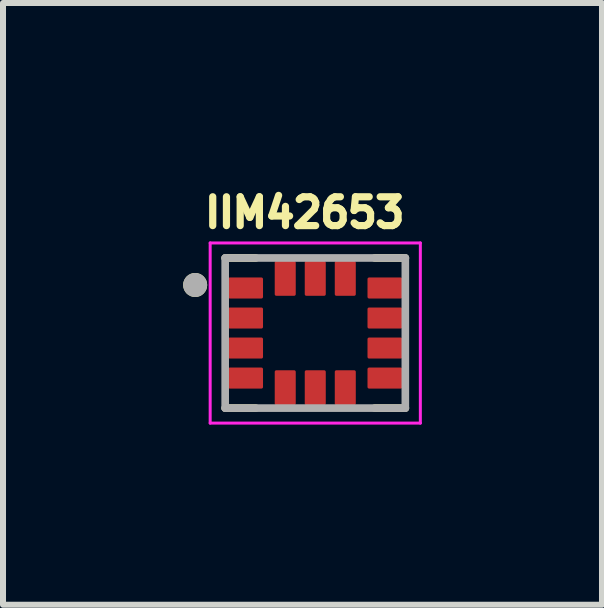
<source format=kicad_pcb>
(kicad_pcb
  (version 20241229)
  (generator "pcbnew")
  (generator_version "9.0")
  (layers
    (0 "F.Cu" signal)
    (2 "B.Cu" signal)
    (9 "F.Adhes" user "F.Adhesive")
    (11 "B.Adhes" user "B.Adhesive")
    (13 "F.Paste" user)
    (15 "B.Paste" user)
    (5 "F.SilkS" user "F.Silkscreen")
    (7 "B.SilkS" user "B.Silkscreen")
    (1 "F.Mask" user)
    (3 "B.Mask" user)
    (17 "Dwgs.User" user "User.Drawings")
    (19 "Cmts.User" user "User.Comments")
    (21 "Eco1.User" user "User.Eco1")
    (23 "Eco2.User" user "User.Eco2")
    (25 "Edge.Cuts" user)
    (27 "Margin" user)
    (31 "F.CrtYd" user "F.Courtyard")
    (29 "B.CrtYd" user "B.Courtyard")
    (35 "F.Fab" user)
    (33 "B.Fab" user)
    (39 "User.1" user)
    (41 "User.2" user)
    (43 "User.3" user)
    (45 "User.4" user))
  (footprint "IIM42653"
    (layer "F.Cu")
    (at 2.2 2.496)
    (property "Reference" "IIM42653" (at -0.176 -2.005 0) (layer "F.SilkS") (effects (font (size 0.48 0.48) (thickness 0.15))))
    (attr smd)
    (fp_poly (pts (xy -1.425 -0.975) (xy -0.895 -0.975) (xy -0.891 -0.975) (xy -0.887 -0.975) (xy -0.883 -0.974) (xy -0.879 -0.973) (xy -0.876 -0.972) (xy -0.872 -0.971) (xy -0.868 -0.97) (xy -0.864 -0.969) (xy -0.861 -0.967) (xy -0.857 -0.965) (xy -0.854 -0.963) (xy -0.851 -0.961) (xy -0.848 -0.958) (xy -0.845 -0.956) (xy -0.842 -0.953) (xy -0.839 -0.95) (xy -0.837 -0.947) (xy -0.834 -0.944) (xy -0.832 -0.941) (xy -0.83 -0.937) (xy -0.828 -0.934) (xy -0.826 -0.931) (xy -0.825 -0.927) (xy -0.824 -0.923) (xy -0.823 -0.919) (xy -0.822 -0.916) (xy -0.821 -0.912) (xy -0.82 -0.908) (xy -0.82 -0.904) (xy -0.82 -0.9) (xy -0.82 -0.6) (xy -0.82 -0.596) (xy -0.82 -0.592) (xy -0.821 -0.588) (xy -0.822 -0.584) (xy -0.823 -0.581) (xy -0.824 -0.577) (xy -0.825 -0.573) (xy -0.826 -0.569) (xy -0.828 -0.566) (xy -0.83 -0.563) (xy -0.832 -0.559) (xy -0.834 -0.556) (xy -0.837 -0.553) (xy -0.839 -0.55) (xy -0.842 -0.547) (xy -0.845 -0.544) (xy -0.848 -0.542) (xy -0.851 -0.539) (xy -0.854 -0.537) (xy -0.857 -0.535) (xy -0.861 -0.533) (xy -0.864 -0.531) (xy -0.868 -0.53) (xy -0.872 -0.529) (xy -0.876 -0.528) (xy -0.879 -0.527) (xy -0.883 -0.526) (xy -0.887 -0.525) (xy -0.891 -0.525) (xy -0.895 -0.525) (xy -1.425 -0.525) (xy -1.429 -0.525) (xy -1.433 -0.525) (xy -1.437 -0.526) (xy -1.441 -0.527) (xy -1.444 -0.528) (xy -1.448 -0.529) (xy -1.452 -0.53) (xy -1.456 -0.531) (xy -1.459 -0.533) (xy -1.462 -0.535) (xy -1.466 -0.537) (xy -1.469 -0.539) (xy -1.472 -0.542) (xy -1.475 -0.544) (xy -1.478 -0.547) (xy -1.481 -0.55) (xy -1.483 -0.553) (xy -1.486 -0.556) (xy -1.488 -0.559) (xy -1.49 -0.563) (xy -1.492 -0.566) (xy -1.494 -0.569) (xy -1.495 -0.573) (xy -1.496 -0.577) (xy -1.497 -0.581) (xy -1.498 -0.584) (xy -1.499 -0.588) (xy -1.5 -0.592) (xy -1.5 -0.596) (xy -1.5 -0.6) (xy -1.5 -0.9) (xy -1.5 -0.904) (xy -1.5 -0.908) (xy -1.499 -0.912) (xy -1.498 -0.916) (xy -1.497 -0.919) (xy -1.496 -0.923) (xy -1.495 -0.927) (xy -1.494 -0.931) (xy -1.492 -0.934) (xy -1.49 -0.938) (xy -1.488 -0.941) (xy -1.486 -0.944) (xy -1.483 -0.947) (xy -1.481 -0.95) (xy -1.478 -0.953) (xy -1.475 -0.956) (xy -1.472 -0.958) (xy -1.469 -0.961) (xy -1.466 -0.963) (xy -1.462 -0.965) (xy -1.459 -0.967) (xy -1.456 -0.969) (xy -1.452 -0.97) (xy -1.448 -0.971) (xy -1.444 -0.972) (xy -1.441 -0.973) (xy -1.437 -0.974) (xy -1.433 -0.975) (xy -1.429 -0.975) (xy -1.425 -0.975)) (stroke (width 0.01) (type solid)) (fill yes) (layer "F.Mask"))
    (fp_poly (pts (xy -1.425 -0.475) (xy -0.895 -0.475) (xy -0.891 -0.475) (xy -0.887 -0.475) (xy -0.883 -0.474) (xy -0.879 -0.473) (xy -0.876 -0.472) (xy -0.872 -0.471) (xy -0.868 -0.47) (xy -0.864 -0.469) (xy -0.861 -0.467) (xy -0.857 -0.465) (xy -0.854 -0.463) (xy -0.851 -0.461) (xy -0.848 -0.458) (xy -0.845 -0.456) (xy -0.842 -0.453) (xy -0.839 -0.45) (xy -0.837 -0.447) (xy -0.834 -0.444) (xy -0.832 -0.441) (xy -0.83 -0.437) (xy -0.828 -0.434) (xy -0.826 -0.431) (xy -0.825 -0.427) (xy -0.824 -0.423) (xy -0.823 -0.419) (xy -0.822 -0.416) (xy -0.821 -0.412) (xy -0.82 -0.408) (xy -0.82 -0.404) (xy -0.82 -0.4) (xy -0.82 -0.1) (xy -0.82 -0.096) (xy -0.82 -0.092) (xy -0.821 -0.088) (xy -0.822 -0.084) (xy -0.823 -0.081) (xy -0.824 -0.077) (xy -0.825 -0.073) (xy -0.826 -0.069) (xy -0.828 -0.066) (xy -0.83 -0.063) (xy -0.832 -0.059) (xy -0.834 -0.056) (xy -0.837 -0.053) (xy -0.839 -0.05) (xy -0.842 -0.047) (xy -0.845 -0.044) (xy -0.848 -0.042) (xy -0.851 -0.039) (xy -0.854 -0.037) (xy -0.857 -0.035) (xy -0.861 -0.033) (xy -0.864 -0.031) (xy -0.868 -0.03) (xy -0.872 -0.029) (xy -0.876 -0.028) (xy -0.879 -0.027) (xy -0.883 -0.026) (xy -0.887 -0.025) (xy -0.891 -0.025) (xy -0.895 -0.025) (xy -1.425 -0.025) (xy -1.429 -0.025) (xy -1.433 -0.025) (xy -1.437 -0.026) (xy -1.441 -0.027) (xy -1.444 -0.028) (xy -1.448 -0.029) (xy -1.452 -0.03) (xy -1.456 -0.031) (xy -1.459 -0.033) (xy -1.462 -0.035) (xy -1.466 -0.037) (xy -1.469 -0.039) (xy -1.472 -0.042) (xy -1.475 -0.044) (xy -1.478 -0.047) (xy -1.481 -0.05) (xy -1.483 -0.053) (xy -1.486 -0.056) (xy -1.488 -0.059) (xy -1.49 -0.062) (xy -1.492 -0.066) (xy -1.494 -0.069) (xy -1.495 -0.073) (xy -1.496 -0.077) (xy -1.497 -0.081) (xy -1.498 -0.084) (xy -1.499 -0.088) (xy -1.5 -0.092) (xy -1.5 -0.096) (xy -1.5 -0.1) (xy -1.5 -0.4) (xy -1.5 -0.404) (xy -1.5 -0.408) (xy -1.499 -0.412) (xy -1.498 -0.416) (xy -1.497 -0.419) (xy -1.496 -0.423) (xy -1.495 -0.427) (xy -1.494 -0.431) (xy -1.492 -0.434) (xy -1.49 -0.438) (xy -1.488 -0.441) (xy -1.486 -0.444) (xy -1.483 -0.447) (xy -1.481 -0.45) (xy -1.478 -0.453) (xy -1.475 -0.456) (xy -1.472 -0.458) (xy -1.469 -0.461) (xy -1.466 -0.463) (xy -1.462 -0.465) (xy -1.459 -0.467) (xy -1.456 -0.469) (xy -1.452 -0.47) (xy -1.448 -0.471) (xy -1.444 -0.472) (xy -1.441 -0.473) (xy -1.437 -0.474) (xy -1.433 -0.475) (xy -1.429 -0.475) (xy -1.425 -0.475)) (stroke (width 0.01) (type solid)) (fill yes) (layer "F.Mask"))
    (fp_poly (pts (xy -1.425 0.025) (xy -0.895 0.025) (xy -0.891 0.025) (xy -0.887 0.025) (xy -0.883 0.026) (xy -0.879 0.027) (xy -0.876 0.028) (xy -0.872 0.029) (xy -0.868 0.03) (xy -0.864 0.031) (xy -0.861 0.033) (xy -0.857 0.035) (xy -0.854 0.037) (xy -0.851 0.039) (xy -0.848 0.042) (xy -0.845 0.044) (xy -0.842 0.047) (xy -0.839 0.05) (xy -0.837 0.053) (xy -0.834 0.056) (xy -0.832 0.059) (xy -0.83 0.063) (xy -0.828 0.066) (xy -0.826 0.069) (xy -0.825 0.073) (xy -0.824 0.077) (xy -0.823 0.081) (xy -0.822 0.084) (xy -0.821 0.088) (xy -0.82 0.092) (xy -0.82 0.096) (xy -0.82 0.1) (xy -0.82 0.4) (xy -0.82 0.404) (xy -0.82 0.408) (xy -0.821 0.412) (xy -0.822 0.416) (xy -0.823 0.419) (xy -0.824 0.423) (xy -0.825 0.427) (xy -0.826 0.431) (xy -0.828 0.434) (xy -0.83 0.437) (xy -0.832 0.441) (xy -0.834 0.444) (xy -0.837 0.447) (xy -0.839 0.45) (xy -0.842 0.453) (xy -0.845 0.456) (xy -0.848 0.458) (xy -0.851 0.461) (xy -0.854 0.463) (xy -0.857 0.465) (xy -0.861 0.467) (xy -0.864 0.469) (xy -0.868 0.47) (xy -0.872 0.471) (xy -0.876 0.472) (xy -0.879 0.473) (xy -0.883 0.474) (xy -0.887 0.475) (xy -0.891 0.475) (xy -0.895 0.475) (xy -1.425 0.475) (xy -1.429 0.475) (xy -1.433 0.475) (xy -1.437 0.474) (xy -1.441 0.473) (xy -1.444 0.472) (xy -1.448 0.471) (xy -1.452 0.47) (xy -1.456 0.469) (xy -1.459 0.467) (xy -1.462 0.465) (xy -1.466 0.463) (xy -1.469 0.461) (xy -1.472 0.458) (xy -1.475 0.456) (xy -1.478 0.453) (xy -1.481 0.45) (xy -1.483 0.447) (xy -1.486 0.444) (xy -1.488 0.441) (xy -1.49 0.438) (xy -1.492 0.434) (xy -1.494 0.431) (xy -1.495 0.427) (xy -1.496 0.423) (xy -1.497 0.419) (xy -1.498 0.416) (xy -1.499 0.412) (xy -1.5 0.408) (xy -1.5 0.404) (xy -1.5 0.4) (xy -1.5 0.1) (xy -1.5 0.096) (xy -1.5 0.092) (xy -1.499 0.088) (xy -1.498 0.084) (xy -1.497 0.081) (xy -1.496 0.077) (xy -1.495 0.073) (xy -1.494 0.069) (xy -1.492 0.066) (xy -1.49 0.062) (xy -1.488 0.059) (xy -1.486 0.056) (xy -1.483 0.053) (xy -1.481 0.05) (xy -1.478 0.047) (xy -1.475 0.044) (xy -1.472 0.042) (xy -1.469 0.039) (xy -1.466 0.037) (xy -1.462 0.035) (xy -1.459 0.033) (xy -1.456 0.031) (xy -1.452 0.03) (xy -1.448 0.029) (xy -1.444 0.028) (xy -1.441 0.027) (xy -1.437 0.026) (xy -1.433 0.025) (xy -1.429 0.025) (xy -1.425 0.025)) (stroke (width 0.01) (type solid)) (fill yes) (layer "F.Mask"))
    (fp_poly (pts (xy -1.425 0.525) (xy -0.895 0.525) (xy -0.891 0.525) (xy -0.887 0.525) (xy -0.883 0.526) (xy -0.879 0.527) (xy -0.876 0.528) (xy -0.872 0.529) (xy -0.868 0.53) (xy -0.864 0.531) (xy -0.861 0.533) (xy -0.857 0.535) (xy -0.854 0.537) (xy -0.851 0.539) (xy -0.848 0.542) (xy -0.845 0.544) (xy -0.842 0.547) (xy -0.839 0.55) (xy -0.837 0.553) (xy -0.834 0.556) (xy -0.832 0.559) (xy -0.83 0.563) (xy -0.828 0.566) (xy -0.826 0.569) (xy -0.825 0.573) (xy -0.824 0.577) (xy -0.823 0.581) (xy -0.822 0.584) (xy -0.821 0.588) (xy -0.82 0.592) (xy -0.82 0.596) (xy -0.82 0.6) (xy -0.82 0.9) (xy -0.82 0.904) (xy -0.82 0.908) (xy -0.821 0.912) (xy -0.822 0.916) (xy -0.823 0.919) (xy -0.824 0.923) (xy -0.825 0.927) (xy -0.826 0.931) (xy -0.828 0.934) (xy -0.83 0.937) (xy -0.832 0.941) (xy -0.834 0.944) (xy -0.837 0.947) (xy -0.839 0.95) (xy -0.842 0.953) (xy -0.845 0.956) (xy -0.848 0.958) (xy -0.851 0.961) (xy -0.854 0.963) (xy -0.857 0.965) (xy -0.861 0.967) (xy -0.864 0.969) (xy -0.868 0.97) (xy -0.872 0.971) (xy -0.876 0.972) (xy -0.879 0.973) (xy -0.883 0.974) (xy -0.887 0.975) (xy -0.891 0.975) (xy -0.895 0.975) (xy -1.425 0.975) (xy -1.429 0.975) (xy -1.433 0.975) (xy -1.437 0.974) (xy -1.441 0.973) (xy -1.444 0.972) (xy -1.448 0.971) (xy -1.452 0.97) (xy -1.456 0.969) (xy -1.459 0.967) (xy -1.462 0.965) (xy -1.466 0.963) (xy -1.469 0.961) (xy -1.472 0.958) (xy -1.475 0.956) (xy -1.478 0.953) (xy -1.481 0.95) (xy -1.483 0.947) (xy -1.486 0.944) (xy -1.488 0.941) (xy -1.49 0.938) (xy -1.492 0.934) (xy -1.494 0.931) (xy -1.495 0.927) (xy -1.496 0.923) (xy -1.497 0.919) (xy -1.498 0.916) (xy -1.499 0.912) (xy -1.5 0.908) (xy -1.5 0.904) (xy -1.5 0.9) (xy -1.5 0.6) (xy -1.5 0.596) (xy -1.5 0.592) (xy -1.499 0.588) (xy -1.498 0.584) (xy -1.497 0.581) (xy -1.496 0.577) (xy -1.495 0.573) (xy -1.494 0.569) (xy -1.492 0.566) (xy -1.49 0.563) (xy -1.488 0.559) (xy -1.486 0.556) (xy -1.483 0.553) (xy -1.481 0.55) (xy -1.478 0.547) (xy -1.475 0.544) (xy -1.472 0.542) (xy -1.469 0.539) (xy -1.466 0.537) (xy -1.462 0.535) (xy -1.459 0.533) (xy -1.456 0.531) (xy -1.452 0.53) (xy -1.448 0.529) (xy -1.444 0.528) (xy -1.441 0.527) (xy -1.437 0.526) (xy -1.433 0.525) (xy -1.429 0.525) (xy -1.425 0.525)) (stroke (width 0.01) (type solid)) (fill yes) (layer "F.Mask"))
    (fp_poly (pts (xy -0.725 -0.645) (xy -0.725 -1.175) (xy -0.725 -1.179) (xy -0.725 -1.183) (xy -0.724 -1.187) (xy -0.723 -1.191) (xy -0.722 -1.194) (xy -0.721 -1.198) (xy -0.72 -1.202) (xy -0.719 -1.206) (xy -0.717 -1.209) (xy -0.715 -1.212) (xy -0.713 -1.216) (xy -0.711 -1.219) (xy -0.708 -1.222) (xy -0.706 -1.225) (xy -0.703 -1.228) (xy -0.7 -1.231) (xy -0.697 -1.233) (xy -0.694 -1.236) (xy -0.691 -1.238) (xy -0.688 -1.24) (xy -0.684 -1.242) (xy -0.681 -1.244) (xy -0.677 -1.245) (xy -0.673 -1.246) (xy -0.669 -1.247) (xy -0.666 -1.248) (xy -0.662 -1.249) (xy -0.658 -1.25) (xy -0.654 -1.25) (xy -0.65 -1.25) (xy -0.35 -1.25) (xy -0.346 -1.25) (xy -0.342 -1.25) (xy -0.338 -1.249) (xy -0.334 -1.248) (xy -0.331 -1.247) (xy -0.327 -1.246) (xy -0.323 -1.245) (xy -0.319 -1.244) (xy -0.316 -1.242) (xy -0.313 -1.24) (xy -0.309 -1.238) (xy -0.306 -1.236) (xy -0.303 -1.233) (xy -0.3 -1.231) (xy -0.297 -1.228) (xy -0.294 -1.225) (xy -0.292 -1.222) (xy -0.289 -1.219) (xy -0.287 -1.216) (xy -0.285 -1.212) (xy -0.283 -1.209) (xy -0.281 -1.206) (xy -0.28 -1.202) (xy -0.279 -1.198) (xy -0.278 -1.194) (xy -0.277 -1.191) (xy -0.276 -1.187) (xy -0.275 -1.183) (xy -0.275 -1.179) (xy -0.275 -1.175) (xy -0.275 -0.645) (xy -0.275 -0.641) (xy -0.275 -0.637) (xy -0.276 -0.633) (xy -0.277 -0.629) (xy -0.278 -0.626) (xy -0.279 -0.622) (xy -0.28 -0.618) (xy -0.281 -0.614) (xy -0.283 -0.611) (xy -0.285 -0.607) (xy -0.287 -0.604) (xy -0.289 -0.601) (xy -0.292 -0.598) (xy -0.294 -0.595) (xy -0.297 -0.592) (xy -0.3 -0.589) (xy -0.303 -0.587) (xy -0.306 -0.584) (xy -0.309 -0.582) (xy -0.313 -0.58) (xy -0.316 -0.578) (xy -0.319 -0.576) (xy -0.323 -0.575) (xy -0.327 -0.574) (xy -0.331 -0.573) (xy -0.334 -0.572) (xy -0.338 -0.571) (xy -0.342 -0.57) (xy -0.346 -0.57) (xy -0.35 -0.57) (xy -0.65 -0.57) (xy -0.654 -0.57) (xy -0.658 -0.57) (xy -0.662 -0.571) (xy -0.666 -0.572) (xy -0.669 -0.573) (xy -0.673 -0.574) (xy -0.677 -0.575) (xy -0.681 -0.576) (xy -0.684 -0.578) (xy -0.688 -0.58) (xy -0.691 -0.582) (xy -0.694 -0.584) (xy -0.697 -0.587) (xy -0.7 -0.589) (xy -0.703 -0.592) (xy -0.706 -0.595) (xy -0.708 -0.598) (xy -0.711 -0.601) (xy -0.713 -0.604) (xy -0.715 -0.607) (xy -0.717 -0.611) (xy -0.719 -0.614) (xy -0.72 -0.618) (xy -0.721 -0.622) (xy -0.722 -0.626) (xy -0.723 -0.629) (xy -0.724 -0.633) (xy -0.725 -0.637) (xy -0.725 -0.641) (xy -0.725 -0.645)) (stroke (width 0.01) (type solid)) (fill yes) (layer "F.Mask"))
    (fp_poly (pts (xy -0.275 0.645) (xy -0.275 1.175) (xy -0.275 1.179) (xy -0.275 1.183) (xy -0.276 1.187) (xy -0.277 1.191) (xy -0.278 1.194) (xy -0.279 1.198) (xy -0.28 1.202) (xy -0.281 1.206) (xy -0.283 1.209) (xy -0.285 1.212) (xy -0.287 1.216) (xy -0.289 1.219) (xy -0.292 1.222) (xy -0.294 1.225) (xy -0.297 1.228) (xy -0.3 1.231) (xy -0.303 1.233) (xy -0.306 1.236) (xy -0.309 1.238) (xy -0.313 1.24) (xy -0.316 1.242) (xy -0.319 1.244) (xy -0.323 1.245) (xy -0.327 1.246) (xy -0.331 1.247) (xy -0.334 1.248) (xy -0.338 1.249) (xy -0.342 1.25) (xy -0.346 1.25) (xy -0.35 1.25) (xy -0.65 1.25) (xy -0.654 1.25) (xy -0.658 1.25) (xy -0.662 1.249) (xy -0.666 1.248) (xy -0.669 1.247) (xy -0.673 1.246) (xy -0.677 1.245) (xy -0.681 1.244) (xy -0.684 1.242) (xy -0.688 1.24) (xy -0.691 1.238) (xy -0.694 1.236) (xy -0.697 1.233) (xy -0.7 1.231) (xy -0.703 1.228) (xy -0.706 1.225) (xy -0.708 1.222) (xy -0.711 1.219) (xy -0.713 1.216) (xy -0.715 1.212) (xy -0.717 1.209) (xy -0.719 1.206) (xy -0.72 1.202) (xy -0.721 1.198) (xy -0.722 1.194) (xy -0.723 1.191) (xy -0.724 1.187) (xy -0.725 1.183) (xy -0.725 1.179) (xy -0.725 1.175) (xy -0.725 0.645) (xy -0.725 0.641) (xy -0.725 0.637) (xy -0.724 0.633) (xy -0.723 0.629) (xy -0.722 0.626) (xy -0.721 0.622) (xy -0.72 0.618) (xy -0.719 0.614) (xy -0.717 0.611) (xy -0.715 0.607) (xy -0.713 0.604) (xy -0.711 0.601) (xy -0.708 0.598) (xy -0.706 0.595) (xy -0.703 0.592) (xy -0.7 0.589) (xy -0.697 0.587) (xy -0.694 0.584) (xy -0.691 0.582) (xy -0.687 0.58) (xy -0.684 0.578) (xy -0.681 0.576) (xy -0.677 0.575) (xy -0.673 0.574) (xy -0.669 0.573) (xy -0.666 0.572) (xy -0.662 0.571) (xy -0.658 0.57) (xy -0.654 0.57) (xy -0.65 0.57) (xy -0.35 0.57) (xy -0.346 0.57) (xy -0.342 0.57) (xy -0.338 0.571) (xy -0.334 0.572) (xy -0.331 0.573) (xy -0.327 0.574) (xy -0.323 0.575) (xy -0.319 0.576) (xy -0.316 0.578) (xy -0.313 0.58) (xy -0.309 0.582) (xy -0.306 0.584) (xy -0.303 0.587) (xy -0.3 0.589) (xy -0.297 0.592) (xy -0.294 0.595) (xy -0.292 0.598) (xy -0.289 0.601) (xy -0.287 0.604) (xy -0.285 0.607) (xy -0.283 0.611) (xy -0.281 0.614) (xy -0.28 0.618) (xy -0.279 0.622) (xy -0.278 0.626) (xy -0.277 0.629) (xy -0.276 0.633) (xy -0.275 0.637) (xy -0.275 0.641) (xy -0.275 0.645)) (stroke (width 0.01) (type solid)) (fill yes) (layer "F.Mask"))
    (fp_poly (pts (xy 0.15 -0.57) (xy -0.15 -0.57) (xy -0.154 -0.57) (xy -0.158 -0.57) (xy -0.162 -0.571) (xy -0.166 -0.572) (xy -0.169 -0.573) (xy -0.173 -0.574) (xy -0.177 -0.575) (xy -0.181 -0.576) (xy -0.184 -0.578) (xy -0.188 -0.58) (xy -0.191 -0.582) (xy -0.194 -0.584) (xy -0.197 -0.587) (xy -0.2 -0.589) (xy -0.203 -0.592) (xy -0.206 -0.595) (xy -0.208 -0.598) (xy -0.211 -0.601) (xy -0.213 -0.604) (xy -0.215 -0.607) (xy -0.217 -0.611) (xy -0.219 -0.614) (xy -0.22 -0.618) (xy -0.221 -0.622) (xy -0.222 -0.626) (xy -0.223 -0.629) (xy -0.224 -0.633) (xy -0.225 -0.637) (xy -0.225 -0.641) (xy -0.225 -0.645) (xy -0.225 -1.175) (xy -0.225 -1.179) (xy -0.225 -1.183) (xy -0.224 -1.187) (xy -0.223 -1.191) (xy -0.222 -1.194) (xy -0.221 -1.198) (xy -0.22 -1.202) (xy -0.219 -1.206) (xy -0.217 -1.209) (xy -0.215 -1.212) (xy -0.213 -1.216) (xy -0.211 -1.219) (xy -0.208 -1.222) (xy -0.206 -1.225) (xy -0.203 -1.228) (xy -0.2 -1.231) (xy -0.197 -1.233) (xy -0.194 -1.236) (xy -0.191 -1.238) (xy -0.188 -1.24) (xy -0.184 -1.242) (xy -0.181 -1.244) (xy -0.177 -1.245) (xy -0.173 -1.246) (xy -0.169 -1.247) (xy -0.166 -1.248) (xy -0.162 -1.249) (xy -0.158 -1.25) (xy -0.154 -1.25) (xy -0.15 -1.25) (xy 0.15 -1.25) (xy 0.154 -1.25) (xy 0.158 -1.25) (xy 0.162 -1.249) (xy 0.166 -1.248) (xy 0.169 -1.247) (xy 0.173 -1.246) (xy 0.177 -1.245) (xy 0.181 -1.244) (xy 0.184 -1.242) (xy 0.188 -1.24) (xy 0.191 -1.238) (xy 0.194 -1.236) (xy 0.197 -1.233) (xy 0.2 -1.231) (xy 0.203 -1.228) (xy 0.206 -1.225) (xy 0.208 -1.222) (xy 0.211 -1.219) (xy 0.213 -1.216) (xy 0.215 -1.212) (xy 0.217 -1.209) (xy 0.219 -1.206) (xy 0.22 -1.202) (xy 0.221 -1.198) (xy 0.222 -1.194) (xy 0.223 -1.191) (xy 0.224 -1.187) (xy 0.225 -1.183) (xy 0.225 -1.179) (xy 0.225 -1.175) (xy 0.225 -0.645) (xy 0.225 -0.641) (xy 0.225 -0.637) (xy 0.224 -0.633) (xy 0.223 -0.629) (xy 0.222 -0.626) (xy 0.221 -0.622) (xy 0.22 -0.618) (xy 0.219 -0.614) (xy 0.217 -0.611) (xy 0.215 -0.607) (xy 0.213 -0.604) (xy 0.211 -0.601) (xy 0.208 -0.598) (xy 0.206 -0.595) (xy 0.203 -0.592) (xy 0.2 -0.589) (xy 0.197 -0.587) (xy 0.194 -0.584) (xy 0.191 -0.582) (xy 0.188 -0.58) (xy 0.184 -0.578) (xy 0.181 -0.576) (xy 0.177 -0.575) (xy 0.173 -0.574) (xy 0.169 -0.573) (xy 0.166 -0.572) (xy 0.162 -0.571) (xy 0.158 -0.57) (xy 0.154 -0.57) (xy 0.15 -0.57)) (stroke (width 0.01) (type solid)) (fill yes) (layer "F.Mask"))
    (fp_poly (pts (xy 0.225 0.645) (xy 0.225 1.175) (xy 0.225 1.179) (xy 0.225 1.183) (xy 0.224 1.187) (xy 0.223 1.191) (xy 0.222 1.194) (xy 0.221 1.198) (xy 0.22 1.202) (xy 0.219 1.206) (xy 0.217 1.209) (xy 0.215 1.212) (xy 0.213 1.216) (xy 0.211 1.219) (xy 0.208 1.222) (xy 0.206 1.225) (xy 0.203 1.228) (xy 0.2 1.231) (xy 0.197 1.233) (xy 0.194 1.236) (xy 0.191 1.238) (xy 0.188 1.24) (xy 0.184 1.242) (xy 0.181 1.244) (xy 0.177 1.245) (xy 0.173 1.246) (xy 0.169 1.247) (xy 0.166 1.248) (xy 0.162 1.249) (xy 0.158 1.25) (xy 0.154 1.25) (xy 0.15 1.25) (xy -0.15 1.25) (xy -0.154 1.25) (xy -0.158 1.25) (xy -0.162 1.249) (xy -0.166 1.248) (xy -0.169 1.247) (xy -0.173 1.246) (xy -0.177 1.245) (xy -0.181 1.244) (xy -0.184 1.242) (xy -0.188 1.24) (xy -0.191 1.238) (xy -0.194 1.236) (xy -0.197 1.233) (xy -0.2 1.231) (xy -0.203 1.228) (xy -0.206 1.225) (xy -0.208 1.222) (xy -0.211 1.219) (xy -0.213 1.216) (xy -0.215 1.212) (xy -0.217 1.209) (xy -0.219 1.206) (xy -0.22 1.202) (xy -0.221 1.198) (xy -0.222 1.194) (xy -0.223 1.191) (xy -0.224 1.187) (xy -0.225 1.183) (xy -0.225 1.179) (xy -0.225 1.175) (xy -0.225 0.645) (xy -0.225 0.641) (xy -0.225 0.637) (xy -0.224 0.633) (xy -0.223 0.629) (xy -0.222 0.626) (xy -0.221 0.622) (xy -0.22 0.618) (xy -0.219 0.614) (xy -0.217 0.611) (xy -0.215 0.607) (xy -0.213 0.604) (xy -0.211 0.601) (xy -0.208 0.598) (xy -0.206 0.595) (xy -0.203 0.592) (xy -0.2 0.589) (xy -0.197 0.587) (xy -0.194 0.584) (xy -0.191 0.582) (xy -0.187 0.58) (xy -0.184 0.578) (xy -0.181 0.576) (xy -0.177 0.575) (xy -0.173 0.574) (xy -0.169 0.573) (xy -0.166 0.572) (xy -0.162 0.571) (xy -0.158 0.57) (xy -0.154 0.57) (xy -0.15 0.57) (xy 0.15 0.57) (xy 0.154 0.57) (xy 0.158 0.57) (xy 0.162 0.571) (xy 0.166 0.572) (xy 0.169 0.573) (xy 0.173 0.574) (xy 0.177 0.575) (xy 0.181 0.576) (xy 0.184 0.578) (xy 0.188 0.58) (xy 0.191 0.582) (xy 0.194 0.584) (xy 0.197 0.587) (xy 0.2 0.589) (xy 0.203 0.592) (xy 0.206 0.595) (xy 0.208 0.598) (xy 0.211 0.601) (xy 0.213 0.604) (xy 0.215 0.607) (xy 0.217 0.611) (xy 0.219 0.614) (xy 0.22 0.618) (xy 0.221 0.622) (xy 0.222 0.626) (xy 0.223 0.629) (xy 0.224 0.633) (xy 0.225 0.637) (xy 0.225 0.641) (xy 0.225 0.645)) (stroke (width 0.01) (type solid)) (fill yes) (layer "F.Mask"))
    (fp_poly (pts (xy 0.275 -0.645) (xy 0.275 -1.175) (xy 0.275 -1.179) (xy 0.275 -1.183) (xy 0.276 -1.187) (xy 0.277 -1.191) (xy 0.278 -1.194) (xy 0.279 -1.198) (xy 0.28 -1.202) (xy 0.281 -1.206) (xy 0.283 -1.209) (xy 0.285 -1.212) (xy 0.287 -1.216) (xy 0.289 -1.219) (xy 0.292 -1.222) (xy 0.294 -1.225) (xy 0.297 -1.228) (xy 0.3 -1.231) (xy 0.303 -1.233) (xy 0.306 -1.236) (xy 0.309 -1.238) (xy 0.313 -1.24) (xy 0.316 -1.242) (xy 0.319 -1.244) (xy 0.323 -1.245) (xy 0.327 -1.246) (xy 0.331 -1.247) (xy 0.334 -1.248) (xy 0.338 -1.249) (xy 0.342 -1.25) (xy 0.346 -1.25) (xy 0.35 -1.25) (xy 0.65 -1.25) (xy 0.654 -1.25) (xy 0.658 -1.25) (xy 0.662 -1.249) (xy 0.666 -1.248) (xy 0.669 -1.247) (xy 0.673 -1.246) (xy 0.677 -1.245) (xy 0.681 -1.244) (xy 0.684 -1.242) (xy 0.688 -1.24) (xy 0.691 -1.238) (xy 0.694 -1.236) (xy 0.697 -1.233) (xy 0.7 -1.231) (xy 0.703 -1.228) (xy 0.706 -1.225) (xy 0.708 -1.222) (xy 0.711 -1.219) (xy 0.713 -1.216) (xy 0.715 -1.212) (xy 0.717 -1.209) (xy 0.719 -1.206) (xy 0.72 -1.202) (xy 0.721 -1.198) (xy 0.722 -1.194) (xy 0.723 -1.191) (xy 0.724 -1.187) (xy 0.725 -1.183) (xy 0.725 -1.179) (xy 0.725 -1.175) (xy 0.725 -0.645) (xy 0.725 -0.641) (xy 0.725 -0.637) (xy 0.724 -0.633) (xy 0.723 -0.629) (xy 0.722 -0.626) (xy 0.721 -0.622) (xy 0.72 -0.618) (xy 0.719 -0.614) (xy 0.717 -0.611) (xy 0.715 -0.607) (xy 0.713 -0.604) (xy 0.711 -0.601) (xy 0.708 -0.598) (xy 0.706 -0.595) (xy 0.703 -0.592) (xy 0.7 -0.589) (xy 0.697 -0.587) (xy 0.694 -0.584) (xy 0.691 -0.582) (xy 0.687 -0.58) (xy 0.684 -0.578) (xy 0.681 -0.576) (xy 0.677 -0.575) (xy 0.673 -0.574) (xy 0.669 -0.573) (xy 0.666 -0.572) (xy 0.662 -0.571) (xy 0.658 -0.57) (xy 0.654 -0.57) (xy 0.65 -0.57) (xy 0.35 -0.57) (xy 0.346 -0.57) (xy 0.342 -0.57) (xy 0.338 -0.571) (xy 0.334 -0.572) (xy 0.331 -0.573) (xy 0.327 -0.574) (xy 0.323 -0.575) (xy 0.319 -0.576) (xy 0.316 -0.578) (xy 0.313 -0.58) (xy 0.309 -0.582) (xy 0.306 -0.584) (xy 0.303 -0.587) (xy 0.3 -0.589) (xy 0.297 -0.592) (xy 0.294 -0.595) (xy 0.292 -0.598) (xy 0.289 -0.601) (xy 0.287 -0.604) (xy 0.285 -0.607) (xy 0.283 -0.611) (xy 0.281 -0.614) (xy 0.28 -0.618) (xy 0.279 -0.622) (xy 0.278 -0.626) (xy 0.277 -0.629) (xy 0.276 -0.633) (xy 0.275 -0.637) (xy 0.275 -0.641) (xy 0.275 -0.645)) (stroke (width 0.01) (type solid)) (fill yes) (layer "F.Mask"))
    (fp_poly (pts (xy 0.275 1.175) (xy 0.275 0.645) (xy 0.275 0.641) (xy 0.275 0.637) (xy 0.276 0.633) (xy 0.277 0.629) (xy 0.278 0.626) (xy 0.279 0.622) (xy 0.28 0.618) (xy 0.281 0.614) (xy 0.283 0.611) (xy 0.285 0.607) (xy 0.287 0.604) (xy 0.289 0.601) (xy 0.292 0.598) (xy 0.294 0.595) (xy 0.297 0.592) (xy 0.3 0.589) (xy 0.303 0.587) (xy 0.306 0.584) (xy 0.309 0.582) (xy 0.313 0.58) (xy 0.316 0.578) (xy 0.319 0.576) (xy 0.323 0.575) (xy 0.327 0.574) (xy 0.331 0.573) (xy 0.334 0.572) (xy 0.338 0.571) (xy 0.342 0.57) (xy 0.346 0.57) (xy 0.35 0.57) (xy 0.65 0.57) (xy 0.654 0.57) (xy 0.658 0.57) (xy 0.662 0.571) (xy 0.666 0.572) (xy 0.669 0.573) (xy 0.673 0.574) (xy 0.677 0.575) (xy 0.681 0.576) (xy 0.684 0.578) (xy 0.687 0.58) (xy 0.691 0.582) (xy 0.694 0.584) (xy 0.697 0.587) (xy 0.7 0.589) (xy 0.703 0.592) (xy 0.706 0.595) (xy 0.708 0.598) (xy 0.711 0.601) (xy 0.713 0.604) (xy 0.715 0.607) (xy 0.717 0.611) (xy 0.719 0.614) (xy 0.72 0.618) (xy 0.721 0.622) (xy 0.722 0.626) (xy 0.723 0.629) (xy 0.724 0.633) (xy 0.725 0.637) (xy 0.725 0.641) (xy 0.725 0.645) (xy 0.725 1.175) (xy 0.725 1.179) (xy 0.725 1.183) (xy 0.724 1.187) (xy 0.723 1.191) (xy 0.722 1.194) (xy 0.721 1.198) (xy 0.72 1.202) (xy 0.719 1.206) (xy 0.717 1.209) (xy 0.715 1.212) (xy 0.713 1.216) (xy 0.711 1.219) (xy 0.708 1.222) (xy 0.706 1.225) (xy 0.703 1.228) (xy 0.7 1.231) (xy 0.697 1.233) (xy 0.694 1.236) (xy 0.691 1.238) (xy 0.688 1.24) (xy 0.684 1.242) (xy 0.681 1.244) (xy 0.677 1.245) (xy 0.673 1.246) (xy 0.669 1.247) (xy 0.666 1.248) (xy 0.662 1.249) (xy 0.658 1.25) (xy 0.654 1.25) (xy 0.65 1.25) (xy 0.35 1.25) (xy 0.346 1.25) (xy 0.342 1.25) (xy 0.338 1.249) (xy 0.334 1.248) (xy 0.331 1.247) (xy 0.327 1.246) (xy 0.323 1.245) (xy 0.319 1.244) (xy 0.316 1.242) (xy 0.313 1.24) (xy 0.309 1.238) (xy 0.306 1.236) (xy 0.303 1.233) (xy 0.3 1.231) (xy 0.297 1.228) (xy 0.294 1.225) (xy 0.292 1.222) (xy 0.289 1.219) (xy 0.287 1.216) (xy 0.285 1.212) (xy 0.283 1.209) (xy 0.281 1.206) (xy 0.28 1.202) (xy 0.279 1.198) (xy 0.278 1.194) (xy 0.277 1.191) (xy 0.276 1.187) (xy 0.275 1.183) (xy 0.275 1.179) (xy 0.275 1.175)) (stroke (width 0.01) (type solid)) (fill yes) (layer "F.Mask"))
    (fp_poly (pts (xy 0.82 0.9) (xy 0.82 0.6) (xy 0.82 0.596) (xy 0.82 0.592) (xy 0.821 0.588) (xy 0.822 0.584) (xy 0.823 0.581) (xy 0.824 0.577) (xy 0.825 0.573) (xy 0.826 0.569) (xy 0.828 0.566) (xy 0.83 0.563) (xy 0.832 0.559) (xy 0.834 0.556) (xy 0.837 0.553) (xy 0.839 0.55) (xy 0.842 0.547) (xy 0.845 0.544) (xy 0.848 0.542) (xy 0.851 0.539) (xy 0.854 0.537) (xy 0.857 0.535) (xy 0.861 0.533) (xy 0.864 0.531) (xy 0.868 0.53) (xy 0.872 0.529) (xy 0.876 0.528) (xy 0.879 0.527) (xy 0.883 0.526) (xy 0.887 0.525) (xy 0.891 0.525) (xy 0.895 0.525) (xy 1.425 0.525) (xy 1.429 0.525) (xy 1.433 0.525) (xy 1.437 0.526) (xy 1.441 0.527) (xy 1.444 0.528) (xy 1.448 0.529) (xy 1.452 0.53) (xy 1.456 0.531) (xy 1.459 0.533) (xy 1.462 0.535) (xy 1.466 0.537) (xy 1.469 0.539) (xy 1.472 0.542) (xy 1.475 0.544) (xy 1.478 0.547) (xy 1.481 0.55) (xy 1.483 0.553) (xy 1.486 0.556) (xy 1.488 0.559) (xy 1.49 0.563) (xy 1.492 0.566) (xy 1.494 0.569) (xy 1.495 0.573) (xy 1.496 0.577) (xy 1.497 0.581) (xy 1.498 0.584) (xy 1.499 0.588) (xy 1.5 0.592) (xy 1.5 0.596) (xy 1.5 0.6) (xy 1.5 0.9) (xy 1.5 0.904) (xy 1.5 0.908) (xy 1.499 0.912) (xy 1.498 0.916) (xy 1.497 0.919) (xy 1.496 0.923) (xy 1.495 0.927) (xy 1.494 0.931) (xy 1.492 0.934) (xy 1.49 0.938) (xy 1.488 0.941) (xy 1.486 0.944) (xy 1.483 0.947) (xy 1.481 0.95) (xy 1.478 0.953) (xy 1.475 0.956) (xy 1.472 0.958) (xy 1.469 0.961) (xy 1.466 0.963) (xy 1.462 0.965) (xy 1.459 0.967) (xy 1.456 0.969) (xy 1.452 0.97) (xy 1.448 0.971) (xy 1.444 0.972) (xy 1.441 0.973) (xy 1.437 0.974) (xy 1.433 0.975) (xy 1.429 0.975) (xy 1.425 0.975) (xy 0.895 0.975) (xy 0.891 0.975) (xy 0.887 0.975) (xy 0.883 0.974) (xy 0.879 0.973) (xy 0.876 0.972) (xy 0.872 0.971) (xy 0.868 0.97) (xy 0.864 0.969) (xy 0.861 0.967) (xy 0.857 0.965) (xy 0.854 0.963) (xy 0.851 0.961) (xy 0.848 0.958) (xy 0.845 0.956) (xy 0.842 0.953) (xy 0.839 0.95) (xy 0.837 0.947) (xy 0.834 0.944) (xy 0.832 0.941) (xy 0.83 0.937) (xy 0.828 0.934) (xy 0.826 0.931) (xy 0.825 0.927) (xy 0.824 0.923) (xy 0.823 0.919) (xy 0.822 0.916) (xy 0.821 0.912) (xy 0.82 0.908) (xy 0.82 0.904) (xy 0.82 0.9)) (stroke (width 0.01) (type solid)) (fill yes) (layer "F.Mask"))
    (fp_poly (pts (xy 0.895 -0.975) (xy 1.425 -0.975) (xy 1.429 -0.975) (xy 1.433 -0.975) (xy 1.437 -0.974) (xy 1.441 -0.973) (xy 1.444 -0.972) (xy 1.448 -0.971) (xy 1.452 -0.97) (xy 1.456 -0.969) (xy 1.459 -0.967) (xy 1.462 -0.965) (xy 1.466 -0.963) (xy 1.469 -0.961) (xy 1.472 -0.958) (xy 1.475 -0.956) (xy 1.478 -0.953) (xy 1.481 -0.95) (xy 1.483 -0.947) (xy 1.486 -0.944) (xy 1.488 -0.941) (xy 1.49 -0.938) (xy 1.492 -0.934) (xy 1.494 -0.931) (xy 1.495 -0.927) (xy 1.496 -0.923) (xy 1.497 -0.919) (xy 1.498 -0.916) (xy 1.499 -0.912) (xy 1.5 -0.908) (xy 1.5 -0.904) (xy 1.5 -0.9) (xy 1.5 -0.6) (xy 1.5 -0.596) (xy 1.5 -0.592) (xy 1.499 -0.588) (xy 1.498 -0.584) (xy 1.497 -0.581) (xy 1.496 -0.577) (xy 1.495 -0.573) (xy 1.494 -0.569) (xy 1.492 -0.566) (xy 1.49 -0.563) (xy 1.488 -0.559) (xy 1.486 -0.556) (xy 1.483 -0.553) (xy 1.481 -0.55) (xy 1.478 -0.547) (xy 1.475 -0.544) (xy 1.472 -0.542) (xy 1.469 -0.539) (xy 1.466 -0.537) (xy 1.462 -0.535) (xy 1.459 -0.533) (xy 1.456 -0.531) (xy 1.452 -0.53) (xy 1.448 -0.529) (xy 1.444 -0.528) (xy 1.441 -0.527) (xy 1.437 -0.526) (xy 1.433 -0.525) (xy 1.429 -0.525) (xy 1.425 -0.525) (xy 0.895 -0.525) (xy 0.891 -0.525) (xy 0.887 -0.525) (xy 0.883 -0.526) (xy 0.879 -0.527) (xy 0.876 -0.528) (xy 0.872 -0.529) (xy 0.868 -0.53) (xy 0.864 -0.531) (xy 0.861 -0.533) (xy 0.857 -0.535) (xy 0.854 -0.537) (xy 0.851 -0.539) (xy 0.848 -0.542) (xy 0.845 -0.544) (xy 0.842 -0.547) (xy 0.839 -0.55) (xy 0.837 -0.553) (xy 0.834 -0.556) (xy 0.832 -0.559) (xy 0.83 -0.563) (xy 0.828 -0.566) (xy 0.826 -0.569) (xy 0.825 -0.573) (xy 0.824 -0.577) (xy 0.823 -0.581) (xy 0.822 -0.584) (xy 0.821 -0.588) (xy 0.82 -0.592) (xy 0.82 -0.596) (xy 0.82 -0.6) (xy 0.82 -0.9) (xy 0.82 -0.904) (xy 0.82 -0.908) (xy 0.821 -0.912) (xy 0.822 -0.916) (xy 0.823 -0.919) (xy 0.824 -0.923) (xy 0.825 -0.927) (xy 0.826 -0.931) (xy 0.828 -0.934) (xy 0.83 -0.937) (xy 0.832 -0.941) (xy 0.834 -0.944) (xy 0.837 -0.947) (xy 0.839 -0.95) (xy 0.842 -0.953) (xy 0.845 -0.956) (xy 0.848 -0.958) (xy 0.851 -0.961) (xy 0.854 -0.963) (xy 0.857 -0.965) (xy 0.861 -0.967) (xy 0.864 -0.969) (xy 0.868 -0.97) (xy 0.872 -0.971) (xy 0.876 -0.972) (xy 0.879 -0.973) (xy 0.883 -0.974) (xy 0.887 -0.975) (xy 0.891 -0.975) (xy 0.895 -0.975)) (stroke (width 0.01) (type solid)) (fill yes) (layer "F.Mask"))
    (fp_poly (pts (xy 0.895 -0.475) (xy 1.425 -0.475) (xy 1.429 -0.475) (xy 1.433 -0.475) (xy 1.437 -0.474) (xy 1.441 -0.473) (xy 1.444 -0.472) (xy 1.448 -0.471) (xy 1.452 -0.47) (xy 1.456 -0.469) (xy 1.459 -0.467) (xy 1.462 -0.465) (xy 1.466 -0.463) (xy 1.469 -0.461) (xy 1.472 -0.458) (xy 1.475 -0.456) (xy 1.478 -0.453) (xy 1.481 -0.45) (xy 1.483 -0.447) (xy 1.486 -0.444) (xy 1.488 -0.441) (xy 1.49 -0.438) (xy 1.492 -0.434) (xy 1.494 -0.431) (xy 1.495 -0.427) (xy 1.496 -0.423) (xy 1.497 -0.419) (xy 1.498 -0.416) (xy 1.499 -0.412) (xy 1.5 -0.408) (xy 1.5 -0.404) (xy 1.5 -0.4) (xy 1.5 -0.1) (xy 1.5 -0.096) (xy 1.5 -0.092) (xy 1.499 -0.088) (xy 1.498 -0.084) (xy 1.497 -0.081) (xy 1.496 -0.077) (xy 1.495 -0.073) (xy 1.494 -0.069) (xy 1.492 -0.066) (xy 1.49 -0.062) (xy 1.488 -0.059) (xy 1.486 -0.056) (xy 1.483 -0.053) (xy 1.481 -0.05) (xy 1.478 -0.047) (xy 1.475 -0.044) (xy 1.472 -0.042) (xy 1.469 -0.039) (xy 1.466 -0.037) (xy 1.462 -0.035) (xy 1.459 -0.033) (xy 1.456 -0.031) (xy 1.452 -0.03) (xy 1.448 -0.029) (xy 1.444 -0.028) (xy 1.441 -0.027) (xy 1.437 -0.026) (xy 1.433 -0.025) (xy 1.429 -0.025) (xy 1.425 -0.025) (xy 0.895 -0.025) (xy 0.891 -0.025) (xy 0.887 -0.025) (xy 0.883 -0.026) (xy 0.879 -0.027) (xy 0.876 -0.028) (xy 0.872 -0.029) (xy 0.868 -0.03) (xy 0.864 -0.031) (xy 0.861 -0.033) (xy 0.857 -0.035) (xy 0.854 -0.037) (xy 0.851 -0.039) (xy 0.848 -0.042) (xy 0.845 -0.044) (xy 0.842 -0.047) (xy 0.839 -0.05) (xy 0.837 -0.053) (xy 0.834 -0.056) (xy 0.832 -0.059) (xy 0.83 -0.063) (xy 0.828 -0.066) (xy 0.826 -0.069) (xy 0.825 -0.073) (xy 0.824 -0.077) (xy 0.823 -0.081) (xy 0.822 -0.084) (xy 0.821 -0.088) (xy 0.82 -0.092) (xy 0.82 -0.096) (xy 0.82 -0.1) (xy 0.82 -0.4) (xy 0.82 -0.404) (xy 0.82 -0.408) (xy 0.821 -0.412) (xy 0.822 -0.416) (xy 0.823 -0.419) (xy 0.824 -0.423) (xy 0.825 -0.427) (xy 0.826 -0.431) (xy 0.828 -0.434) (xy 0.83 -0.437) (xy 0.832 -0.441) (xy 0.834 -0.444) (xy 0.837 -0.447) (xy 0.839 -0.45) (xy 0.842 -0.453) (xy 0.845 -0.456) (xy 0.848 -0.458) (xy 0.851 -0.461) (xy 0.854 -0.463) (xy 0.857 -0.465) (xy 0.861 -0.467) (xy 0.864 -0.469) (xy 0.868 -0.47) (xy 0.872 -0.471) (xy 0.876 -0.472) (xy 0.879 -0.473) (xy 0.883 -0.474) (xy 0.887 -0.475) (xy 0.891 -0.475) (xy 0.895 -0.475)) (stroke (width 0.01) (type solid)) (fill yes) (layer "F.Mask"))
    (fp_poly (pts (xy 1.425 0.475) (xy 0.895 0.475) (xy 0.891 0.475) (xy 0.887 0.475) (xy 0.883 0.474) (xy 0.879 0.473) (xy 0.876 0.472) (xy 0.872 0.471) (xy 0.868 0.47) (xy 0.864 0.469) (xy 0.861 0.467) (xy 0.857 0.465) (xy 0.854 0.463) (xy 0.851 0.461) (xy 0.848 0.458) (xy 0.845 0.456) (xy 0.842 0.453) (xy 0.839 0.45) (xy 0.837 0.447) (xy 0.834 0.444) (xy 0.832 0.441) (xy 0.83 0.437) (xy 0.828 0.434) (xy 0.826 0.431) (xy 0.825 0.427) (xy 0.824 0.423) (xy 0.823 0.419) (xy 0.822 0.416) (xy 0.821 0.412) (xy 0.82 0.408) (xy 0.82 0.404) (xy 0.82 0.4) (xy 0.82 0.1) (xy 0.82 0.096) (xy 0.82 0.092) (xy 0.821 0.088) (xy 0.822 0.084) (xy 0.823 0.081) (xy 0.824 0.077) (xy 0.825 0.073) (xy 0.826 0.069) (xy 0.828 0.066) (xy 0.83 0.063) (xy 0.832 0.059) (xy 0.834 0.056) (xy 0.837 0.053) (xy 0.839 0.05) (xy 0.842 0.047) (xy 0.845 0.044) (xy 0.848 0.042) (xy 0.851 0.039) (xy 0.854 0.037) (xy 0.857 0.035) (xy 0.861 0.033) (xy 0.864 0.031) (xy 0.868 0.03) (xy 0.872 0.029) (xy 0.876 0.028) (xy 0.879 0.027) (xy 0.883 0.026) (xy 0.887 0.025) (xy 0.891 0.025) (xy 0.895 0.025) (xy 1.425 0.025) (xy 1.429 0.025) (xy 1.433 0.025) (xy 1.437 0.026) (xy 1.441 0.027) (xy 1.444 0.028) (xy 1.448 0.029) (xy 1.452 0.03) (xy 1.456 0.031) (xy 1.459 0.033) (xy 1.462 0.035) (xy 1.466 0.037) (xy 1.469 0.039) (xy 1.472 0.042) (xy 1.475 0.044) (xy 1.478 0.047) (xy 1.481 0.05) (xy 1.483 0.053) (xy 1.486 0.056) (xy 1.488 0.059) (xy 1.49 0.062) (xy 1.492 0.066) (xy 1.494 0.069) (xy 1.495 0.073) (xy 1.496 0.077) (xy 1.497 0.081) (xy 1.498 0.084) (xy 1.499 0.088) (xy 1.5 0.092) (xy 1.5 0.096) (xy 1.5 0.1) (xy 1.5 0.4) (xy 1.5 0.404) (xy 1.5 0.408) (xy 1.499 0.412) (xy 1.498 0.416) (xy 1.497 0.419) (xy 1.496 0.423) (xy 1.495 0.427) (xy 1.494 0.431) (xy 1.492 0.434) (xy 1.49 0.438) (xy 1.488 0.441) (xy 1.486 0.444) (xy 1.483 0.447) (xy 1.481 0.45) (xy 1.478 0.453) (xy 1.475 0.456) (xy 1.472 0.458) (xy 1.469 0.461) (xy 1.466 0.463) (xy 1.462 0.465) (xy 1.459 0.467) (xy 1.456 0.469) (xy 1.452 0.47) (xy 1.448 0.471) (xy 1.444 0.472) (xy 1.441 0.473) (xy 1.437 0.474) (xy 1.433 0.475) (xy 1.429 0.475) (xy 1.425 0.475)) (stroke (width 0.01) (type solid)) (fill yes) (layer "F.Mask"))
    (fp_line (start -1.5 -1.25) (end -0.99 -1.25) (stroke (width 0.127) (type solid)) (layer "F.SilkS"))
    (fp_line (start -1.5 1.25) (end -0.99 1.25) (stroke (width 0.127) (type solid)) (layer "F.SilkS"))
    (fp_line (start 0.99 -1.25) (end 1.5 -1.25) (stroke (width 0.127) (type solid)) (layer "F.SilkS"))
    (fp_line (start 1.5 1.25) (end 0.99 1.25) (stroke (width 0.127) (type solid)) (layer "F.SilkS"))
    (fp_circle (center -2 -0.8) (end -1.9 -0.8) (stroke (width 0.2) (type solid)) (fill no) (layer "F.SilkS"))
    (fp_line (start -1.75 -1.5) (end 1.75 -1.5) (stroke (width 0.05) (type solid)) (layer "F.CrtYd"))
    (fp_line (start -1.75 1.5) (end -1.75 -1.5) (stroke (width 0.05) (type solid)) (layer "F.CrtYd"))
    (fp_line (start 1.75 -1.5) (end 1.75 1.5) (stroke (width 0.05) (type solid)) (layer "F.CrtYd"))
    (fp_line (start 1.75 1.5) (end -1.75 1.5) (stroke (width 0.05) (type solid)) (layer "F.CrtYd"))
    (fp_line (start -1.5 -1.25) (end 1.5 -1.25) (stroke (width 0.127) (type solid)) (layer "F.Fab"))
    (fp_line (start -1.5 1.25) (end -1.5 -1.25) (stroke (width 0.127) (type solid)) (layer "F.Fab"))
    (fp_line (start 1.5 -1.25) (end 1.5 1.25) (stroke (width 0.127) (type solid)) (layer "F.Fab"))
    (fp_line (start 1.5 1.25) (end -1.5 1.25) (stroke (width 0.127) (type solid)) (layer "F.Fab"))
    (fp_circle (center -2 -0.8) (end -1.9 -0.8) (stroke (width 0.2) (type solid)) (fill no) (layer "F.Fab"))
    (pad "1" smd roundrect (at -1.16 -0.75) (size 0.58 0.35) (layers "F.Cu" "F.Paste") (roundrect_rratio 0.075))
    (pad "2" smd roundrect (at -1.16 -0.25) (size 0.58 0.35) (layers "F.Cu" "F.Paste") (roundrect_rratio 0.075))
    (pad "3" smd roundrect (at -1.16 0.25) (size 0.58 0.35) (layers "F.Cu" "F.Paste") (roundrect_rratio 0.075))
    (pad "4" smd roundrect (at -1.16 0.75) (size 0.58 0.35) (layers "F.Cu" "F.Paste") (roundrect_rratio 0.075))
    (pad "5" smd roundrect (at -0.5 0.91) (size 0.35 0.58) (layers "F.Cu" "F.Paste") (roundrect_rratio 0.075))
    (pad "6" smd roundrect (at 0 0.91) (size 0.35 0.58) (layers "F.Cu" "F.Paste") (roundrect_rratio 0.075))
    (pad "7" smd roundrect (at 0.5 0.91) (size 0.35 0.58) (layers "F.Cu" "F.Paste") (roundrect_rratio 0.075))
    (pad "8" smd roundrect (at 1.16 0.75) (size 0.58 0.35) (layers "F.Cu" "F.Paste") (roundrect_rratio 0.075))
    (pad "9" smd roundrect (at 1.16 0.25) (size 0.58 0.35) (layers "F.Cu" "F.Paste") (roundrect_rratio 0.075))
    (pad "10" smd roundrect (at 1.16 -0.25) (size 0.58 0.35) (layers "F.Cu" "F.Paste") (roundrect_rratio 0.075))
    (pad "11" smd roundrect (at 1.16 -0.75) (size 0.58 0.35) (layers "F.Cu" "F.Paste") (roundrect_rratio 0.075))
    (pad "12" smd roundrect (at 0.5 -0.91) (size 0.35 0.58) (layers "F.Cu" "F.Paste") (roundrect_rratio 0.075))
    (pad "13" smd roundrect (at 0 -0.91) (size 0.35 0.58) (layers "F.Cu" "F.Paste") (roundrect_rratio 0.075))
    (pad "14" smd roundrect (at -0.5 -0.91) (size 0.35 0.58) (layers "F.Cu" "F.Paste") (roundrect_rratio 0.075)))
  (gr_rect
    (start -3 -3)
    (end 6.975 7.021)
    (stroke (width 0.1) (type default))
    (fill no)
    (layer "Edge.Cuts")))
</source>
